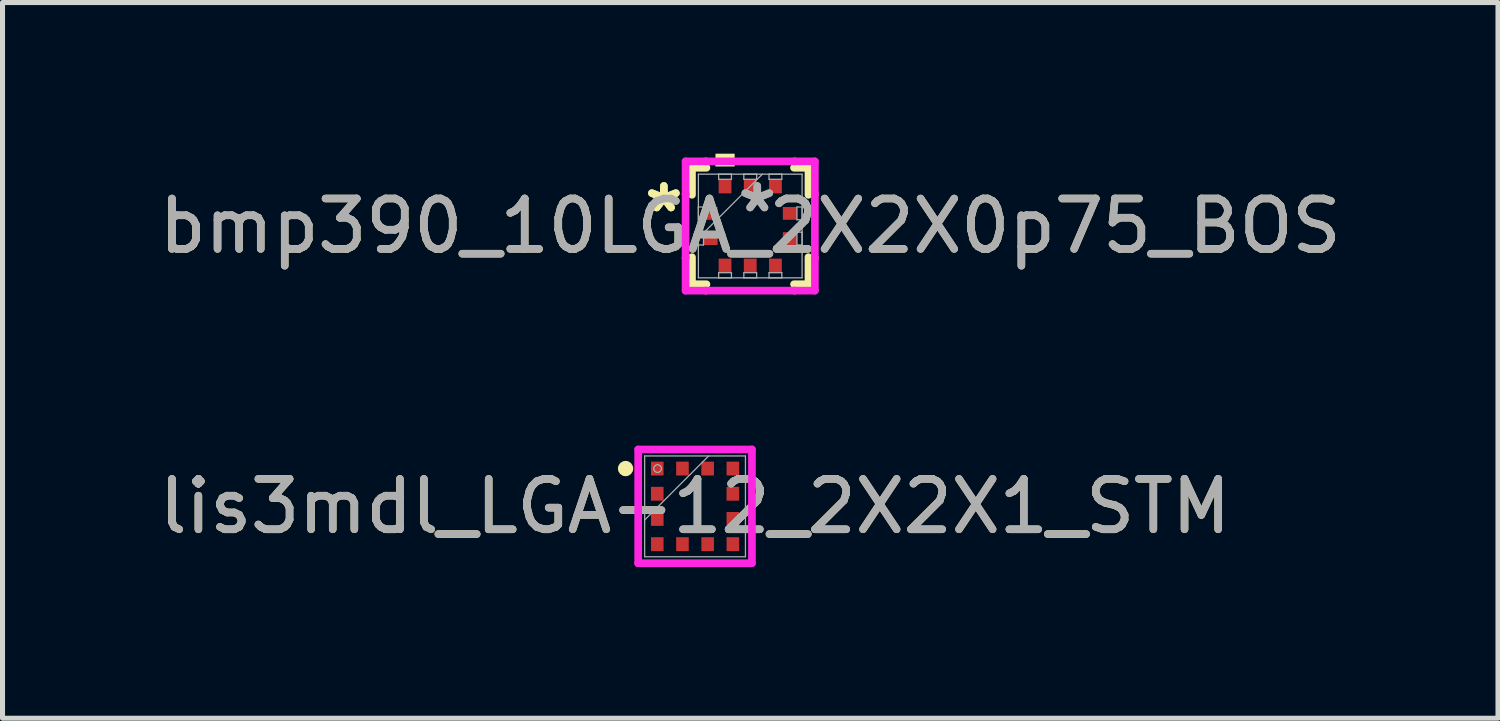
<source format=kicad_pcb>
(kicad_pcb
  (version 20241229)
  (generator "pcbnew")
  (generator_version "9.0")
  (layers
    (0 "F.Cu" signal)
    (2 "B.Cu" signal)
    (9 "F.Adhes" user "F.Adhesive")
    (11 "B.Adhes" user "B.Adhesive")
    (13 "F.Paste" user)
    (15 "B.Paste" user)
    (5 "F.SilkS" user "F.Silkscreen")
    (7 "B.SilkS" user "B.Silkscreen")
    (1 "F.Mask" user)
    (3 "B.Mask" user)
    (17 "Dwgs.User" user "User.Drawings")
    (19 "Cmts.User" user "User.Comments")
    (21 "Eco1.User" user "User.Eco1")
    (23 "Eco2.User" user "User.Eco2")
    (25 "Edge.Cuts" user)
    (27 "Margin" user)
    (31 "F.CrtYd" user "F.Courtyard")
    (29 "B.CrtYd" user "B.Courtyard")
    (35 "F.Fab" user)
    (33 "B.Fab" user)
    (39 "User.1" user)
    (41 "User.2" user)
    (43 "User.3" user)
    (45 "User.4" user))
  (footprint "lis3mdl_LGA-12_2X2X1_STM"
    (layer "F.Cu")
    (at 10.744 6.999)
    (property "Reference" "lis3mdl_LGA-12_2X2X1_STM" (at 0 0 0) (unlocked yes) (layer "F.SilkS") (effects (font (size 1 1) (thickness 0.15))))
    (attr smd)
    (fp_circle (center -1.379 -0.75) (end -1.303 -0.75) (stroke (width 0.152) (type solid)) (fill no) (layer "F.SilkS"))
    (fp_line (start -1.129 -1.129) (end 1.129 -1.129) (stroke (width 0.152) (type solid)) (layer "F.CrtYd"))
    (fp_line (start -1.129 1.129) (end -1.129 -1.129) (stroke (width 0.152) (type solid)) (layer "F.CrtYd"))
    (fp_line (start 1.129 -1.129) (end 1.129 1.129) (stroke (width 0.152) (type solid)) (layer "F.CrtYd"))
    (fp_line (start 1.129 1.129) (end -1.129 1.129) (stroke (width 0.152) (type solid)) (layer "F.CrtYd"))
    (fp_line (start -1 -1) (end -1 1) (stroke (width 0.025) (type solid)) (layer "F.Fab"))
    (fp_line (start -1 0.27) (end 0.27 -1) (stroke (width 0.025) (type solid)) (layer "F.Fab"))
    (fp_line (start -1 1) (end 1 1) (stroke (width 0.025) (type solid)) (layer "F.Fab"))
    (fp_line (start 1 -1) (end -1 -1) (stroke (width 0.025) (type solid)) (layer "F.Fab"))
    (fp_line (start 1 1) (end 1 -1) (stroke (width 0.025) (type solid)) (layer "F.Fab"))
    (fp_circle (center -0.744 -0.75) (end -0.668 -0.75) (stroke (width 0.025) (type solid)) (fill no) (layer "F.Fab"))
    (fp_text user "${REFERENCE}" (at 0 0 0) (unlocked yes) (layer "F.Fab") (effects (font (size 1 1) (thickness 0.15))))
    (pad "1" smd rect (at -0.75 -0.75) (size 0.25 0.275) (layers "F.Cu" "F.Mask" "F.Paste"))
    (pad "2" smd rect (at -0.75 -0.25) (size 0.25 0.275) (layers "F.Cu" "F.Mask" "F.Paste"))
    (pad "3" smd rect (at -0.75 0.25) (size 0.25 0.275) (layers "F.Cu" "F.Mask" "F.Paste"))
    (pad "4" smd rect (at -0.75 0.75) (size 0.25 0.275) (layers "F.Cu" "F.Mask" "F.Paste"))
    (pad "5" smd rect (at -0.25 0.75 90) (size 0.275 0.25) (layers "F.Cu" "F.Mask" "F.Paste"))
    (pad "6" smd rect (at 0.25 0.75 90) (size 0.275 0.25) (layers "F.Cu" "F.Mask" "F.Paste"))
    (pad "7" smd rect (at 0.75 0.75) (size 0.25 0.275) (layers "F.Cu" "F.Mask" "F.Paste"))
    (pad "8" smd rect (at 0.75 0.25) (size 0.25 0.275) (layers "F.Cu" "F.Mask" "F.Paste"))
    (pad "9" smd rect (at 0.75 -0.25) (size 0.25 0.275) (layers "F.Cu" "F.Mask" "F.Paste"))
    (pad "10" smd rect (at 0.75 -0.75) (size 0.25 0.275) (layers "F.Cu" "F.Mask" "F.Paste"))
    (pad "11" smd rect (at 0.25 -0.75 90) (size 0.275 0.25) (layers "F.Cu" "F.Mask" "F.Paste"))
    (pad "12" smd rect (at -0.25 -0.75 90) (size 0.275 0.25) (layers "F.Cu" "F.Mask" "F.Paste")))
  (footprint "bmp390_10LGA_2X2X0p75_BOS"
    (layer "F.Cu")
    (at 11.839 1.435)
    (property "Reference" "bmp390_10LGA_2X2X0p75_BOS" (at 0 0 0) (unlocked yes) (layer "F.SilkS") (effects (font (size 1 1) (thickness 0.15))))
    (attr smd)
    (fp_line (start -1.156 -1.156) (end -1.156 -0.619) (stroke (width 0.152) (type solid)) (layer "F.SilkS"))
    (fp_line (start -1.156 0.619) (end -1.156 1.156) (stroke (width 0.152) (type solid)) (layer "F.SilkS"))
    (fp_line (start -1.156 1.156) (end -0.869 1.156) (stroke (width 0.152) (type solid)) (layer "F.SilkS"))
    (fp_line (start -0.869 -1.156) (end -1.156 -1.156) (stroke (width 0.152) (type solid)) (layer "F.SilkS"))
    (fp_line (start 0.869 1.156) (end 1.156 1.156) (stroke (width 0.152) (type solid)) (layer "F.SilkS"))
    (fp_line (start 1.156 -1.156) (end 0.869 -1.156) (stroke (width 0.152) (type solid)) (layer "F.SilkS"))
    (fp_line (start 1.156 -0.619) (end 1.156 -1.156) (stroke (width 0.152) (type solid)) (layer "F.SilkS"))
    (fp_line (start 1.156 1.156) (end 1.156 0.619) (stroke (width 0.152) (type solid)) (layer "F.SilkS"))
    (fp_poly (pts (xy -0.69 -1.181) (xy -0.69 -1.435) (xy -0.309 -1.435) (xy -0.309 -1.181)) (stroke (width 0) (type solid)) (fill yes) (layer "F.SilkS"))
    (fp_line (start -1.283 -1.283) (end -0.881 -1.283) (stroke (width 0.152) (type solid)) (layer "F.CrtYd"))
    (fp_line (start -1.283 -0.631) (end -1.283 -1.283) (stroke (width 0.152) (type solid)) (layer "F.CrtYd"))
    (fp_line (start -1.283 -0.631) (end -1.283 -0.631) (stroke (width 0.152) (type solid)) (layer "F.CrtYd"))
    (fp_line (start -1.283 0.631) (end -1.283 -0.631) (stroke (width 0.152) (type solid)) (layer "F.CrtYd"))
    (fp_line (start -1.283 0.631) (end -1.283 0.631) (stroke (width 0.152) (type solid)) (layer "F.CrtYd"))
    (fp_line (start -1.283 1.283) (end -1.283 0.631) (stroke (width 0.152) (type solid)) (layer "F.CrtYd"))
    (fp_line (start -0.881 -1.283) (end -0.881 -1.283) (stroke (width 0.152) (type solid)) (layer "F.CrtYd"))
    (fp_line (start -0.881 -1.283) (end 0.881 -1.283) (stroke (width 0.152) (type solid)) (layer "F.CrtYd"))
    (fp_line (start -0.881 1.283) (end -1.283 1.283) (stroke (width 0.152) (type solid)) (layer "F.CrtYd"))
    (fp_line (start -0.881 1.283) (end -0.881 1.283) (stroke (width 0.152) (type solid)) (layer "F.CrtYd"))
    (fp_line (start 0.881 -1.283) (end 0.881 -1.283) (stroke (width 0.152) (type solid)) (layer "F.CrtYd"))
    (fp_line (start 0.881 -1.283) (end 1.283 -1.283) (stroke (width 0.152) (type solid)) (layer "F.CrtYd"))
    (fp_line (start 0.881 1.283) (end -0.881 1.283) (stroke (width 0.152) (type solid)) (layer "F.CrtYd"))
    (fp_line (start 0.881 1.283) (end 0.881 1.283) (stroke (width 0.152) (type solid)) (layer "F.CrtYd"))
    (fp_line (start 1.283 -1.283) (end 1.283 -0.631) (stroke (width 0.152) (type solid)) (layer "F.CrtYd"))
    (fp_line (start 1.283 -0.631) (end 1.283 -0.631) (stroke (width 0.152) (type solid)) (layer "F.CrtYd"))
    (fp_line (start 1.283 -0.631) (end 1.283 0.631) (stroke (width 0.152) (type solid)) (layer "F.CrtYd"))
    (fp_line (start 1.283 0.631) (end 1.283 0.631) (stroke (width 0.152) (type solid)) (layer "F.CrtYd"))
    (fp_line (start 1.283 0.631) (end 1.283 1.283) (stroke (width 0.152) (type solid)) (layer "F.CrtYd"))
    (fp_line (start 1.283 1.283) (end 0.881 1.283) (stroke (width 0.152) (type solid)) (layer "F.CrtYd"))
    (fp_line (start -1.029 -1.029) (end -1.029 1.029) (stroke (width 0.025) (type solid)) (layer "F.Fab"))
    (fp_line (start -1.029 -0.377) (end -0.927 -0.377) (stroke (width 0.025) (type solid)) (layer "F.Fab"))
    (fp_line (start -1.029 -0.123) (end -1.029 -0.377) (stroke (width 0.025) (type solid)) (layer "F.Fab"))
    (fp_line (start -1.029 0.123) (end -0.927 0.123) (stroke (width 0.025) (type solid)) (layer "F.Fab"))
    (fp_line (start -1.029 0.241) (end 0.241 -1.029) (stroke (width 0.025) (type solid)) (layer "F.Fab"))
    (fp_line (start -1.029 0.377) (end -1.029 0.123) (stroke (width 0.025) (type solid)) (layer "F.Fab"))
    (fp_line (start -1.029 1.029) (end 1.029 1.029) (stroke (width 0.025) (type solid)) (layer "F.Fab"))
    (fp_line (start -0.927 -0.377) (end -0.927 -0.123) (stroke (width 0.025) (type solid)) (layer "F.Fab"))
    (fp_line (start -0.927 -0.123) (end -1.029 -0.123) (stroke (width 0.025) (type solid)) (layer "F.Fab"))
    (fp_line (start -0.927 0.123) (end -0.927 0.377) (stroke (width 0.025) (type solid)) (layer "F.Fab"))
    (fp_line (start -0.927 0.377) (end -1.029 0.377) (stroke (width 0.025) (type solid)) (layer "F.Fab"))
    (fp_line (start -0.627 -1.029) (end -0.373 -1.029) (stroke (width 0.025) (type solid)) (layer "F.Fab"))
    (fp_line (start -0.627 -0.927) (end -0.627 -1.029) (stroke (width 0.025) (type solid)) (layer "F.Fab"))
    (fp_line (start -0.627 0.927) (end -0.373 0.927) (stroke (width 0.025) (type solid)) (layer "F.Fab"))
    (fp_line (start -0.627 1.029) (end -0.627 0.927) (stroke (width 0.025) (type solid)) (layer "F.Fab"))
    (fp_line (start -0.373 -1.029) (end -0.373 -0.927) (stroke (width 0.025) (type solid)) (layer "F.Fab"))
    (fp_line (start -0.373 -0.927) (end -0.627 -0.927) (stroke (width 0.025) (type solid)) (layer "F.Fab"))
    (fp_line (start -0.373 0.927) (end -0.373 1.029) (stroke (width 0.025) (type solid)) (layer "F.Fab"))
    (fp_line (start -0.373 1.029) (end -0.627 1.029) (stroke (width 0.025) (type solid)) (layer "F.Fab"))
    (fp_line (start -0.127 -1.029) (end 0.127 -1.029) (stroke (width 0.025) (type solid)) (layer "F.Fab"))
    (fp_line (start -0.127 -0.927) (end -0.127 -1.029) (stroke (width 0.025) (type solid)) (layer "F.Fab"))
    (fp_line (start -0.127 0.927) (end 0.127 0.927) (stroke (width 0.025) (type solid)) (layer "F.Fab"))
    (fp_line (start -0.127 1.029) (end -0.127 0.927) (stroke (width 0.025) (type solid)) (layer "F.Fab"))
    (fp_line (start 0.127 -1.029) (end 0.127 -0.927) (stroke (width 0.025) (type solid)) (layer "F.Fab"))
    (fp_line (start 0.127 -0.927) (end -0.127 -0.927) (stroke (width 0.025) (type solid)) (layer "F.Fab"))
    (fp_line (start 0.127 0.927) (end 0.127 1.029) (stroke (width 0.025) (type solid)) (layer "F.Fab"))
    (fp_line (start 0.127 1.029) (end -0.127 1.029) (stroke (width 0.025) (type solid)) (layer "F.Fab"))
    (fp_line (start 0.373 -1.029) (end 0.627 -1.029) (stroke (width 0.025) (type solid)) (layer "F.Fab"))
    (fp_line (start 0.373 -0.927) (end 0.373 -1.029) (stroke (width 0.025) (type solid)) (layer "F.Fab"))
    (fp_line (start 0.373 0.927) (end 0.627 0.927) (stroke (width 0.025) (type solid)) (layer "F.Fab"))
    (fp_line (start 0.373 1.029) (end 0.373 0.927) (stroke (width 0.025) (type solid)) (layer "F.Fab"))
    (fp_line (start 0.627 -1.029) (end 0.627 -0.927) (stroke (width 0.025) (type solid)) (layer "F.Fab"))
    (fp_line (start 0.627 -0.927) (end 0.373 -0.927) (stroke (width 0.025) (type solid)) (layer "F.Fab"))
    (fp_line (start 0.627 0.927) (end 0.627 1.029) (stroke (width 0.025) (type solid)) (layer "F.Fab"))
    (fp_line (start 0.627 1.029) (end 0.373 1.029) (stroke (width 0.025) (type solid)) (layer "F.Fab"))
    (fp_line (start 0.927 -0.377) (end 1.029 -0.377) (stroke (width 0.025) (type solid)) (layer "F.Fab"))
    (fp_line (start 0.927 -0.123) (end 0.927 -0.377) (stroke (width 0.025) (type solid)) (layer "F.Fab"))
    (fp_line (start 0.927 0.123) (end 1.029 0.123) (stroke (width 0.025) (type solid)) (layer "F.Fab"))
    (fp_line (start 0.927 0.377) (end 0.927 0.123) (stroke (width 0.025) (type solid)) (layer "F.Fab"))
    (fp_line (start 1.029 -1.029) (end -1.029 -1.029) (stroke (width 0.025) (type solid)) (layer "F.Fab"))
    (fp_line (start 1.029 -0.377) (end 1.029 -0.123) (stroke (width 0.025) (type solid)) (layer "F.Fab"))
    (fp_line (start 1.029 -0.123) (end 0.927 -0.123) (stroke (width 0.025) (type solid)) (layer "F.Fab"))
    (fp_line (start 1.029 0.123) (end 1.029 0.377) (stroke (width 0.025) (type solid)) (layer "F.Fab"))
    (fp_line (start 1.029 0.377) (end 0.927 0.377) (stroke (width 0.025) (type solid)) (layer "F.Fab"))
    (fp_line (start 1.029 1.029) (end 1.029 -1.029) (stroke (width 0.025) (type solid)) (layer "F.Fab"))
    (fp_text user "*" (at -1.714 -0.25 0) (unlocked yes) (layer "F.SilkS") (effects (font (size 1 1) (thickness 0.15))))
    (fp_text user "*" (at -1.714 -0.25 0) (layer "F.SilkS") (effects (font (size 1 1) (thickness 0.15))))
    (fp_text user "${REFERENCE}" (at 0 0 0) (unlocked yes) (layer "F.Fab") (effects (font (size 1 1) (thickness 0.15))))
    (fp_text user "*" (at 0.14 -0.25 0) (unlocked yes) (layer "F.Fab") (effects (font (size 1 1) (thickness 0.15))))
    (fp_text user "*" (at 0.14 -0.25 0) (layer "F.Fab") (effects (font (size 1 1) (thickness 0.15))))
    (pad "1" smd rect (at -0.787 -0.25 90) (size 0.254 0.279) (layers "F.Cu" "F.Mask" "F.Paste"))
    (pad "2" smd rect (at -0.787 0.25 90) (size 0.254 0.279) (layers "F.Cu" "F.Mask" "F.Paste"))
    (pad "3" smd rect (at -0.5 0.787) (size 0.254 0.279) (layers "F.Cu" "F.Mask" "F.Paste"))
    (pad "4" smd rect (at 0 0.787) (size 0.254 0.279) (layers "F.Cu" "F.Mask" "F.Paste"))
    (pad "5" smd rect (at 0.5 0.787) (size 0.254 0.279) (layers "F.Cu" "F.Mask" "F.Paste"))
    (pad "6" smd rect (at 0.787 0.25 90) (size 0.254 0.279) (layers "F.Cu" "F.Mask" "F.Paste"))
    (pad "7" smd rect (at 0.787 -0.25 90) (size 0.254 0.279) (layers "F.Cu" "F.Mask" "F.Paste"))
    (pad "8" smd rect (at 0.5 -0.787) (size 0.254 0.279) (layers "F.Cu" "F.Mask" "F.Paste"))
    (pad "9" smd rect (at 0 -0.787) (size 0.254 0.279) (layers "F.Cu" "F.Mask" "F.Paste"))
    (pad "10" smd rect (at -0.5 -0.787) (size 0.254 0.279) (layers "F.Cu" "F.Mask" "F.Paste")))
  (gr_rect
    (start -3 -3)
    (end 26.679 11.204)
    (stroke (width 0.1) (type default))
    (fill no)
    (layer "Edge.Cuts")))
</source>
